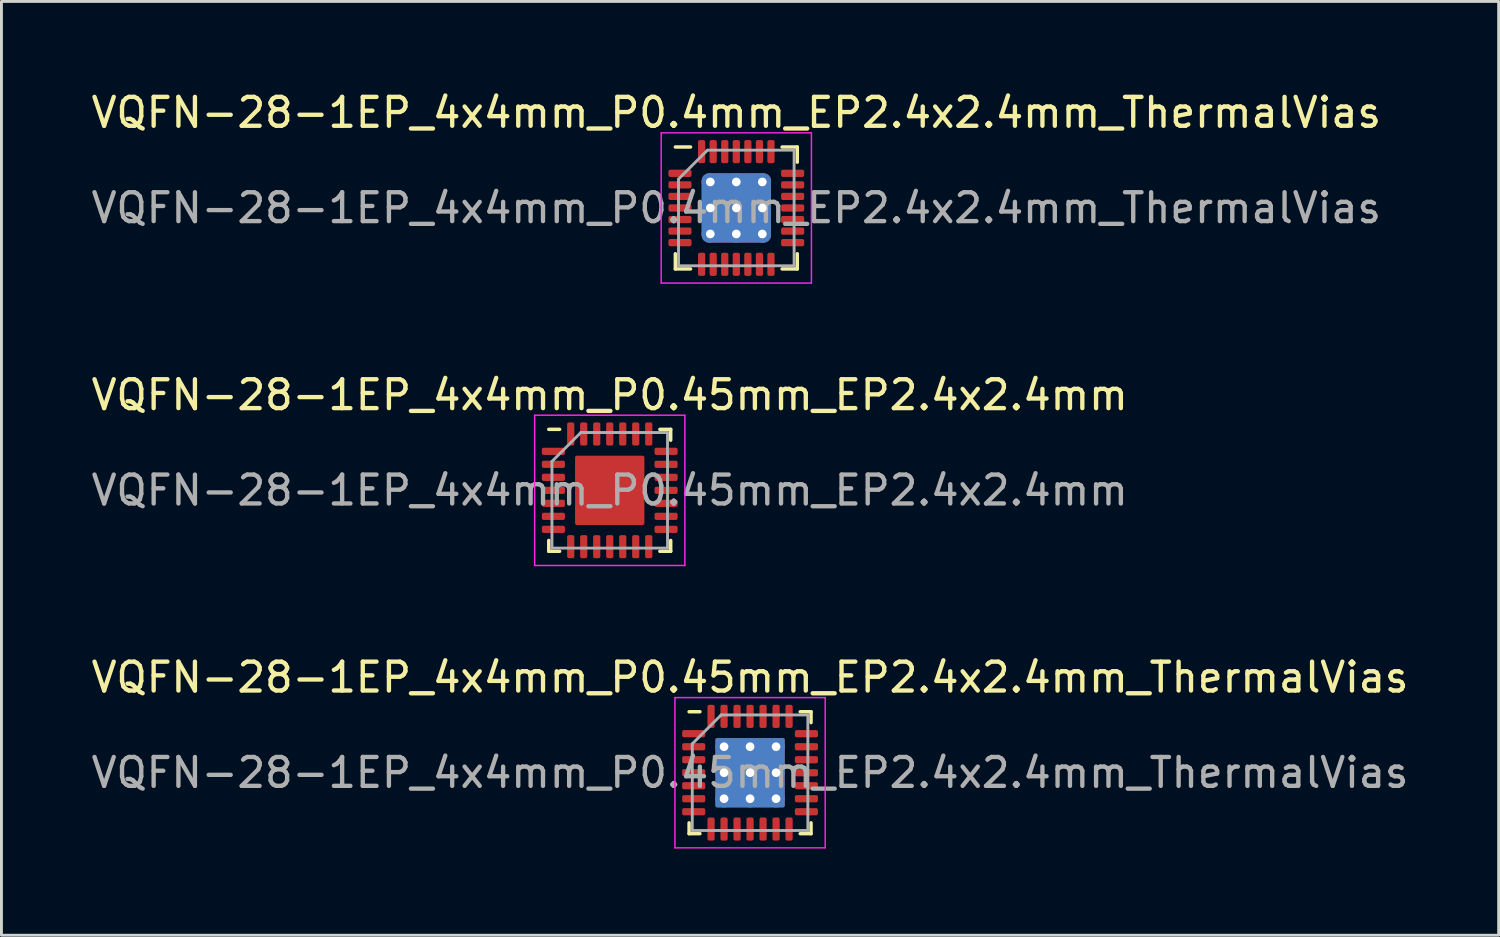
<source format=kicad_pcb>
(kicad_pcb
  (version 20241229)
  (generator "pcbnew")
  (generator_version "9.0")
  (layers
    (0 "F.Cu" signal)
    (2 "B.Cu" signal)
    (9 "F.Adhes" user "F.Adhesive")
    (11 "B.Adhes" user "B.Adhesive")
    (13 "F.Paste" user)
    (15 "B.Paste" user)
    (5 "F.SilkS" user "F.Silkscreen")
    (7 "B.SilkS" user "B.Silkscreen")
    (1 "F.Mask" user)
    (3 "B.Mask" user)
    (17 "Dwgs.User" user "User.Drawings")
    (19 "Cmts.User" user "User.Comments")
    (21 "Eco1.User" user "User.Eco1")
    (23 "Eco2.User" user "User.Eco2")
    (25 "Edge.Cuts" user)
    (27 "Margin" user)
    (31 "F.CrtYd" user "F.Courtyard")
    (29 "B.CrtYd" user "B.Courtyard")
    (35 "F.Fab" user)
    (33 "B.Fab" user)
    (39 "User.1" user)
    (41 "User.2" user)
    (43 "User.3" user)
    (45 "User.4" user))
  (footprint "VQFN-28-1EP_4x4mm_P0.45mm_EP2.4x2.4mm"
    (layer "F.Cu")
    (at 18.054 13.921)
    (property "Reference" "VQFN-28-1EP_4x4mm_P0.45mm_EP2.4x2.4mm" (at 0 -3.3 0) (layer "F.SilkS") (effects (font (size 1 1) (thickness 0.15))))
    (attr smd)
    (fp_line (start -2.11 2.11) (end -2.11 1.735) (stroke (width 0.12) (type solid)) (layer "F.SilkS"))
    (fp_line (start -1.735 -2.11) (end -2.11 -2.11) (stroke (width 0.12) (type solid)) (layer "F.SilkS"))
    (fp_line (start -1.735 2.11) (end -2.11 2.11) (stroke (width 0.12) (type solid)) (layer "F.SilkS"))
    (fp_line (start 1.735 -2.11) (end 2.11 -2.11) (stroke (width 0.12) (type solid)) (layer "F.SilkS"))
    (fp_line (start 1.735 2.11) (end 2.11 2.11) (stroke (width 0.12) (type solid)) (layer "F.SilkS"))
    (fp_line (start 2.11 -2.11) (end 2.11 -1.735) (stroke (width 0.12) (type solid)) (layer "F.SilkS"))
    (fp_line (start 2.11 2.11) (end 2.11 1.735) (stroke (width 0.12) (type solid)) (layer "F.SilkS"))
    (fp_line (start -2.6 -2.6) (end -2.6 2.6) (stroke (width 0.05) (type solid)) (layer "F.CrtYd"))
    (fp_line (start -2.6 2.6) (end 2.6 2.6) (stroke (width 0.05) (type solid)) (layer "F.CrtYd"))
    (fp_line (start 2.6 -2.6) (end -2.6 -2.6) (stroke (width 0.05) (type solid)) (layer "F.CrtYd"))
    (fp_line (start 2.6 2.6) (end 2.6 -2.6) (stroke (width 0.05) (type solid)) (layer "F.CrtYd"))
    (fp_line (start -2 -1) (end -1 -2) (stroke (width 0.1) (type solid)) (layer "F.Fab"))
    (fp_line (start -2 2) (end -2 -1) (stroke (width 0.1) (type solid)) (layer "F.Fab"))
    (fp_line (start -1 -2) (end 2 -2) (stroke (width 0.1) (type solid)) (layer "F.Fab"))
    (fp_line (start 2 -2) (end 2 2) (stroke (width 0.1) (type solid)) (layer "F.Fab"))
    (fp_line (start 2 2) (end -2 2) (stroke (width 0.1) (type solid)) (layer "F.Fab"))
    (fp_text user "${REFERENCE}" (at 0 0 0) (layer "F.Fab") (effects (font (size 1 1) (thickness 0.15))))
    (pad "" smd roundrect (at -0.6 -0.6) (size 0.97 0.97) (layers "F.Paste") (roundrect_rratio 0.25))
    (pad "" smd roundrect (at -0.6 0.6) (size 0.97 0.97) (layers "F.Paste") (roundrect_rratio 0.25))
    (pad "" smd roundrect (at 0.6 -0.6) (size 0.97 0.97) (layers "F.Paste") (roundrect_rratio 0.25))
    (pad "" smd roundrect (at 0.6 0.6) (size 0.97 0.97) (layers "F.Paste") (roundrect_rratio 0.25))
    (pad "1" smd roundrect (at -1.95 -1.35) (size 0.8 0.25) (layers "F.Cu" "F.Mask" "F.Paste") (roundrect_rratio 0.25))
    (pad "2" smd roundrect (at -1.95 -0.9) (size 0.8 0.25) (layers "F.Cu" "F.Mask" "F.Paste") (roundrect_rratio 0.25))
    (pad "3" smd roundrect (at -1.95 -0.45) (size 0.8 0.25) (layers "F.Cu" "F.Mask" "F.Paste") (roundrect_rratio 0.25))
    (pad "4" smd roundrect (at -1.95 0) (size 0.8 0.25) (layers "F.Cu" "F.Mask" "F.Paste") (roundrect_rratio 0.25))
    (pad "5" smd roundrect (at -1.95 0.45) (size 0.8 0.25) (layers "F.Cu" "F.Mask" "F.Paste") (roundrect_rratio 0.25))
    (pad "6" smd roundrect (at -1.95 0.9) (size 0.8 0.25) (layers "F.Cu" "F.Mask" "F.Paste") (roundrect_rratio 0.25))
    (pad "7" smd roundrect (at -1.95 1.35) (size 0.8 0.25) (layers "F.Cu" "F.Mask" "F.Paste") (roundrect_rratio 0.25))
    (pad "8" smd roundrect (at -1.35 1.95) (size 0.25 0.8) (layers "F.Cu" "F.Mask" "F.Paste") (roundrect_rratio 0.25))
    (pad "9" smd roundrect (at -0.9 1.95) (size 0.25 0.8) (layers "F.Cu" "F.Mask" "F.Paste") (roundrect_rratio 0.25))
    (pad "10" smd roundrect (at -0.45 1.95) (size 0.25 0.8) (layers "F.Cu" "F.Mask" "F.Paste") (roundrect_rratio 0.25))
    (pad "11" smd roundrect (at 0 1.95) (size 0.25 0.8) (layers "F.Cu" "F.Mask" "F.Paste") (roundrect_rratio 0.25))
    (pad "12" smd roundrect (at 0.45 1.95) (size 0.25 0.8) (layers "F.Cu" "F.Mask" "F.Paste") (roundrect_rratio 0.25))
    (pad "13" smd roundrect (at 0.9 1.95) (size 0.25 0.8) (layers "F.Cu" "F.Mask" "F.Paste") (roundrect_rratio 0.25))
    (pad "14" smd roundrect (at 1.35 1.95) (size 0.25 0.8) (layers "F.Cu" "F.Mask" "F.Paste") (roundrect_rratio 0.25))
    (pad "15" smd roundrect (at 1.95 1.35) (size 0.8 0.25) (layers "F.Cu" "F.Mask" "F.Paste") (roundrect_rratio 0.25))
    (pad "16" smd roundrect (at 1.95 0.9) (size 0.8 0.25) (layers "F.Cu" "F.Mask" "F.Paste") (roundrect_rratio 0.25))
    (pad "17" smd roundrect (at 1.95 0.45) (size 0.8 0.25) (layers "F.Cu" "F.Mask" "F.Paste") (roundrect_rratio 0.25))
    (pad "18" smd roundrect (at 1.95 0) (size 0.8 0.25) (layers "F.Cu" "F.Mask" "F.Paste") (roundrect_rratio 0.25))
    (pad "19" smd roundrect (at 1.95 -0.45) (size 0.8 0.25) (layers "F.Cu" "F.Mask" "F.Paste") (roundrect_rratio 0.25))
    (pad "20" smd roundrect (at 1.95 -0.9) (size 0.8 0.25) (layers "F.Cu" "F.Mask" "F.Paste") (roundrect_rratio 0.25))
    (pad "21" smd roundrect (at 1.95 -1.35) (size 0.8 0.25) (layers "F.Cu" "F.Mask" "F.Paste") (roundrect_rratio 0.25))
    (pad "22" smd roundrect (at 1.35 -1.95) (size 0.25 0.8) (layers "F.Cu" "F.Mask" "F.Paste") (roundrect_rratio 0.25))
    (pad "23" smd roundrect (at 0.9 -1.95) (size 0.25 0.8) (layers "F.Cu" "F.Mask" "F.Paste") (roundrect_rratio 0.25))
    (pad "24" smd roundrect (at 0.45 -1.95) (size 0.25 0.8) (layers "F.Cu" "F.Mask" "F.Paste") (roundrect_rratio 0.25))
    (pad "25" smd roundrect (at 0 -1.95) (size 0.25 0.8) (layers "F.Cu" "F.Mask" "F.Paste") (roundrect_rratio 0.25))
    (pad "26" smd roundrect (at -0.45 -1.95) (size 0.25 0.8) (layers "F.Cu" "F.Mask" "F.Paste") (roundrect_rratio 0.25))
    (pad "27" smd roundrect (at -0.9 -1.95) (size 0.25 0.8) (layers "F.Cu" "F.Mask" "F.Paste") (roundrect_rratio 0.25))
    (pad "28" smd roundrect (at -1.35 -1.95) (size 0.25 0.8) (layers "F.Cu" "F.Mask" "F.Paste") (roundrect_rratio 0.25))
    (pad "29" smd roundrect (at 0 0) (size 2.4 2.4) (layers "F.Cu" "F.Mask") (roundrect_rratio 0.026)))
  (footprint "VQFN-28-1EP_4x4mm_P0.45mm_EP2.4x2.4mm_ThermalVias"
    (layer "F.Cu")
    (at 22.911 23.695)
    (property "Reference" "VQFN-28-1EP_4x4mm_P0.45mm_EP2.4x2.4mm_ThermalVias" (at 0 -3.3 0) (layer "F.SilkS") (effects (font (size 1 1) (thickness 0.15))))
    (attr smd)
    (fp_line (start -2.11 2.11) (end -2.11 1.735) (stroke (width 0.12) (type solid)) (layer "F.SilkS"))
    (fp_line (start -1.735 -2.11) (end -2.11 -2.11) (stroke (width 0.12) (type solid)) (layer "F.SilkS"))
    (fp_line (start -1.735 2.11) (end -2.11 2.11) (stroke (width 0.12) (type solid)) (layer "F.SilkS"))
    (fp_line (start 1.735 -2.11) (end 2.11 -2.11) (stroke (width 0.12) (type solid)) (layer "F.SilkS"))
    (fp_line (start 1.735 2.11) (end 2.11 2.11) (stroke (width 0.12) (type solid)) (layer "F.SilkS"))
    (fp_line (start 2.11 -2.11) (end 2.11 -1.735) (stroke (width 0.12) (type solid)) (layer "F.SilkS"))
    (fp_line (start 2.11 2.11) (end 2.11 1.735) (stroke (width 0.12) (type solid)) (layer "F.SilkS"))
    (fp_line (start -2.6 -2.6) (end -2.6 2.6) (stroke (width 0.05) (type solid)) (layer "F.CrtYd"))
    (fp_line (start -2.6 2.6) (end 2.6 2.6) (stroke (width 0.05) (type solid)) (layer "F.CrtYd"))
    (fp_line (start 2.6 -2.6) (end -2.6 -2.6) (stroke (width 0.05) (type solid)) (layer "F.CrtYd"))
    (fp_line (start 2.6 2.6) (end 2.6 -2.6) (stroke (width 0.05) (type solid)) (layer "F.CrtYd"))
    (fp_line (start -2 -1) (end -1 -2) (stroke (width 0.1) (type solid)) (layer "F.Fab"))
    (fp_line (start -2 2) (end -2 -1) (stroke (width 0.1) (type solid)) (layer "F.Fab"))
    (fp_line (start -1 -2) (end 2 -2) (stroke (width 0.1) (type solid)) (layer "F.Fab"))
    (fp_line (start 2 -2) (end 2 2) (stroke (width 0.1) (type solid)) (layer "F.Fab"))
    (fp_line (start 2 2) (end -2 2) (stroke (width 0.1) (type solid)) (layer "F.Fab"))
    (fp_text user "${REFERENCE}" (at 0 0 0) (layer "F.Fab") (effects (font (size 1 1) (thickness 0.15))))
    (pad "" smd roundrect (at -0.6 -0.6) (size 1 1) (layers "F.Paste") (roundrect_rratio 0.25))
    (pad "" smd roundrect (at -0.6 0.6) (size 1 1) (layers "F.Paste") (roundrect_rratio 0.25))
    (pad "" smd roundrect (at 0.6 -0.6) (size 1 1) (layers "F.Paste") (roundrect_rratio 0.25))
    (pad "" smd roundrect (at 0.6 0.6) (size 1 1) (layers "F.Paste") (roundrect_rratio 0.25))
    (pad "1" smd roundrect (at -1.95 -1.35) (size 0.8 0.25) (layers "F.Cu" "F.Mask" "F.Paste") (roundrect_rratio 0.25))
    (pad "2" smd roundrect (at -1.95 -0.9) (size 0.8 0.25) (layers "F.Cu" "F.Mask" "F.Paste") (roundrect_rratio 0.25))
    (pad "3" smd roundrect (at -1.95 -0.45) (size 0.8 0.25) (layers "F.Cu" "F.Mask" "F.Paste") (roundrect_rratio 0.25))
    (pad "4" smd roundrect (at -1.95 0) (size 0.8 0.25) (layers "F.Cu" "F.Mask" "F.Paste") (roundrect_rratio 0.25))
    (pad "5" smd roundrect (at -1.95 0.45) (size 0.8 0.25) (layers "F.Cu" "F.Mask" "F.Paste") (roundrect_rratio 0.25))
    (pad "6" smd roundrect (at -1.95 0.9) (size 0.8 0.25) (layers "F.Cu" "F.Mask" "F.Paste") (roundrect_rratio 0.25))
    (pad "7" smd roundrect (at -1.95 1.35) (size 0.8 0.25) (layers "F.Cu" "F.Mask" "F.Paste") (roundrect_rratio 0.25))
    (pad "8" smd roundrect (at -1.35 1.95) (size 0.25 0.8) (layers "F.Cu" "F.Mask" "F.Paste") (roundrect_rratio 0.25))
    (pad "9" smd roundrect (at -0.9 1.95) (size 0.25 0.8) (layers "F.Cu" "F.Mask" "F.Paste") (roundrect_rratio 0.25))
    (pad "10" smd roundrect (at -0.45 1.95) (size 0.25 0.8) (layers "F.Cu" "F.Mask" "F.Paste") (roundrect_rratio 0.25))
    (pad "11" smd roundrect (at 0 1.95) (size 0.25 0.8) (layers "F.Cu" "F.Mask" "F.Paste") (roundrect_rratio 0.25))
    (pad "12" smd roundrect (at 0.45 1.95) (size 0.25 0.8) (layers "F.Cu" "F.Mask" "F.Paste") (roundrect_rratio 0.25))
    (pad "13" smd roundrect (at 0.9 1.95) (size 0.25 0.8) (layers "F.Cu" "F.Mask" "F.Paste") (roundrect_rratio 0.25))
    (pad "14" smd roundrect (at 1.35 1.95) (size 0.25 0.8) (layers "F.Cu" "F.Mask" "F.Paste") (roundrect_rratio 0.25))
    (pad "15" smd roundrect (at 1.95 1.35) (size 0.8 0.25) (layers "F.Cu" "F.Mask" "F.Paste") (roundrect_rratio 0.25))
    (pad "16" smd roundrect (at 1.95 0.9) (size 0.8 0.25) (layers "F.Cu" "F.Mask" "F.Paste") (roundrect_rratio 0.25))
    (pad "17" smd roundrect (at 1.95 0.45) (size 0.8 0.25) (layers "F.Cu" "F.Mask" "F.Paste") (roundrect_rratio 0.25))
    (pad "18" smd roundrect (at 1.95 0) (size 0.8 0.25) (layers "F.Cu" "F.Mask" "F.Paste") (roundrect_rratio 0.25))
    (pad "19" smd roundrect (at 1.95 -0.45) (size 0.8 0.25) (layers "F.Cu" "F.Mask" "F.Paste") (roundrect_rratio 0.25))
    (pad "20" smd roundrect (at 1.95 -0.9) (size 0.8 0.25) (layers "F.Cu" "F.Mask" "F.Paste") (roundrect_rratio 0.25))
    (pad "21" smd roundrect (at 1.95 -1.35) (size 0.8 0.25) (layers "F.Cu" "F.Mask" "F.Paste") (roundrect_rratio 0.25))
    (pad "22" smd roundrect (at 1.35 -1.95) (size 0.25 0.8) (layers "F.Cu" "F.Mask" "F.Paste") (roundrect_rratio 0.25))
    (pad "23" smd roundrect (at 0.9 -1.95) (size 0.25 0.8) (layers "F.Cu" "F.Mask" "F.Paste") (roundrect_rratio 0.25))
    (pad "24" smd roundrect (at 0.45 -1.95) (size 0.25 0.8) (layers "F.Cu" "F.Mask" "F.Paste") (roundrect_rratio 0.25))
    (pad "25" smd roundrect (at 0 -1.95) (size 0.25 0.8) (layers "F.Cu" "F.Mask" "F.Paste") (roundrect_rratio 0.25))
    (pad "26" smd roundrect (at -0.45 -1.95) (size 0.25 0.8) (layers "F.Cu" "F.Mask" "F.Paste") (roundrect_rratio 0.25))
    (pad "27" smd roundrect (at -0.9 -1.95) (size 0.25 0.8) (layers "F.Cu" "F.Mask" "F.Paste") (roundrect_rratio 0.25))
    (pad "28" smd roundrect (at -1.35 -1.95) (size 0.25 0.8) (layers "F.Cu" "F.Mask" "F.Paste") (roundrect_rratio 0.25))
    (pad "29" thru_hole circle (at -0.9 -0.9) (size 0.6 0.6) (drill 0.3) (layers "*.Cu"))
    (pad "29" thru_hole circle (at -0.9 0) (size 0.6 0.6) (drill 0.3) (layers "*.Cu"))
    (pad "29" thru_hole circle (at -0.9 0.9) (size 0.6 0.6) (drill 0.3) (layers "*.Cu"))
    (pad "29" thru_hole circle (at 0 -0.9) (size 0.6 0.6) (drill 0.3) (layers "*.Cu"))
    (pad "29" thru_hole circle (at 0 0) (size 0.6 0.6) (drill 0.3) (layers "*.Cu"))
    (pad "29" smd roundrect (at 0 0) (size 2.4 2.4) (layers "F.Cu" "F.Mask") (roundrect_rratio 0.026))
    (pad "29" smd roundrect (at 0 0) (size 2.4 2.4) (layers "B.Cu") (roundrect_rratio 0.026))
    (pad "29" thru_hole circle (at 0 0.9) (size 0.6 0.6) (drill 0.3) (layers "*.Cu"))
    (pad "29" thru_hole circle (at 0.9 -0.9) (size 0.6 0.6) (drill 0.3) (layers "*.Cu"))
    (pad "29" thru_hole circle (at 0.9 0) (size 0.6 0.6) (drill 0.3) (layers "*.Cu"))
    (pad "29" thru_hole circle (at 0.9 0.9) (size 0.6 0.6) (drill 0.3) (layers "*.Cu")))
  (footprint "VQFN-28-1EP_4x4mm_P0.4mm_EP2.4x2.4mm_ThermalVias"
    (layer "F.Cu")
    (at 22.435 4.148)
    (property "Reference" "VQFN-28-1EP_4x4mm_P0.4mm_EP2.4x2.4mm_ThermalVias" (at 0 -3.3 0) (layer "F.SilkS") (effects (font (size 1 1) (thickness 0.15))))
    (attr smd)
    (fp_line (start -2.11 2.11) (end -2.11 1.585) (stroke (width 0.12) (type solid)) (layer "F.SilkS"))
    (fp_line (start -1.585 -2.11) (end -2.11 -2.11) (stroke (width 0.12) (type solid)) (layer "F.SilkS"))
    (fp_line (start -1.585 2.11) (end -2.11 2.11) (stroke (width 0.12) (type solid)) (layer "F.SilkS"))
    (fp_line (start 1.585 -2.11) (end 2.11 -2.11) (stroke (width 0.12) (type solid)) (layer "F.SilkS"))
    (fp_line (start 1.585 2.11) (end 2.11 2.11) (stroke (width 0.12) (type solid)) (layer "F.SilkS"))
    (fp_line (start 2.11 -2.11) (end 2.11 -1.585) (stroke (width 0.12) (type solid)) (layer "F.SilkS"))
    (fp_line (start 2.11 2.11) (end 2.11 1.585) (stroke (width 0.12) (type solid)) (layer "F.SilkS"))
    (fp_line (start -2.6 -2.6) (end -2.6 2.6) (stroke (width 0.05) (type solid)) (layer "F.CrtYd"))
    (fp_line (start -2.6 2.6) (end 2.6 2.6) (stroke (width 0.05) (type solid)) (layer "F.CrtYd"))
    (fp_line (start 2.6 -2.6) (end -2.6 -2.6) (stroke (width 0.05) (type solid)) (layer "F.CrtYd"))
    (fp_line (start 2.6 2.6) (end 2.6 -2.6) (stroke (width 0.05) (type solid)) (layer "F.CrtYd"))
    (fp_line (start -2 -1) (end -1 -2) (stroke (width 0.1) (type solid)) (layer "F.Fab"))
    (fp_line (start -2 2) (end -2 -1) (stroke (width 0.1) (type solid)) (layer "F.Fab"))
    (fp_line (start -1 -2) (end 2 -2) (stroke (width 0.1) (type solid)) (layer "F.Fab"))
    (fp_line (start 2 -2) (end 2 2) (stroke (width 0.1) (type solid)) (layer "F.Fab"))
    (fp_line (start 2 2) (end -2 2) (stroke (width 0.1) (type solid)) (layer "F.Fab"))
    (fp_text user "${REFERENCE}" (at 0 0 0) (layer "F.Fab") (effects (font (size 1 1) (thickness 0.15))))
    (pad "" smd roundrect (at -0.6 -0.8) (size 0.97 0.64) (layers "F.Paste") (roundrect_rratio 0.25))
    (pad "" smd roundrect (at -0.6 0) (size 0.97 0.64) (layers "F.Paste") (roundrect_rratio 0.25))
    (pad "" smd roundrect (at -0.6 0.8) (size 0.97 0.64) (layers "F.Paste") (roundrect_rratio 0.25))
    (pad "" smd roundrect (at 0.6 -0.8) (size 0.97 0.64) (layers "F.Paste") (roundrect_rratio 0.25))
    (pad "" smd roundrect (at 0.6 0) (size 0.97 0.64) (layers "F.Paste") (roundrect_rratio 0.25))
    (pad "" smd roundrect (at 0.6 0.8) (size 0.97 0.64) (layers "F.Paste") (roundrect_rratio 0.25))
    (pad "1" smd roundrect (at -1.95 -1.2) (size 0.8 0.25) (layers "F.Cu" "F.Mask" "F.Paste") (roundrect_rratio 0.25))
    (pad "2" smd roundrect (at -1.95 -0.8) (size 0.8 0.25) (layers "F.Cu" "F.Mask" "F.Paste") (roundrect_rratio 0.25))
    (pad "3" smd roundrect (at -1.95 -0.4) (size 0.8 0.25) (layers "F.Cu" "F.Mask" "F.Paste") (roundrect_rratio 0.25))
    (pad "4" smd roundrect (at -1.95 0) (size 0.8 0.25) (layers "F.Cu" "F.Mask" "F.Paste") (roundrect_rratio 0.25))
    (pad "5" smd roundrect (at -1.95 0.4) (size 0.8 0.25) (layers "F.Cu" "F.Mask" "F.Paste") (roundrect_rratio 0.25))
    (pad "6" smd roundrect (at -1.95 0.8) (size 0.8 0.25) (layers "F.Cu" "F.Mask" "F.Paste") (roundrect_rratio 0.25))
    (pad "7" smd roundrect (at -1.95 1.2) (size 0.8 0.25) (layers "F.Cu" "F.Mask" "F.Paste") (roundrect_rratio 0.25))
    (pad "8" smd roundrect (at -1.2 1.95) (size 0.25 0.8) (layers "F.Cu" "F.Mask" "F.Paste") (roundrect_rratio 0.25))
    (pad "9" smd roundrect (at -0.8 1.95) (size 0.25 0.8) (layers "F.Cu" "F.Mask" "F.Paste") (roundrect_rratio 0.25))
    (pad "10" smd roundrect (at -0.4 1.95) (size 0.25 0.8) (layers "F.Cu" "F.Mask" "F.Paste") (roundrect_rratio 0.25))
    (pad "11" smd roundrect (at 0 1.95) (size 0.25 0.8) (layers "F.Cu" "F.Mask" "F.Paste") (roundrect_rratio 0.25))
    (pad "12" smd roundrect (at 0.4 1.95) (size 0.25 0.8) (layers "F.Cu" "F.Mask" "F.Paste") (roundrect_rratio 0.25))
    (pad "13" smd roundrect (at 0.8 1.95) (size 0.25 0.8) (layers "F.Cu" "F.Mask" "F.Paste") (roundrect_rratio 0.25))
    (pad "14" smd roundrect (at 1.2 1.95) (size 0.25 0.8) (layers "F.Cu" "F.Mask" "F.Paste") (roundrect_rratio 0.25))
    (pad "15" smd roundrect (at 1.95 1.2) (size 0.8 0.25) (layers "F.Cu" "F.Mask" "F.Paste") (roundrect_rratio 0.25))
    (pad "16" smd roundrect (at 1.95 0.8) (size 0.8 0.25) (layers "F.Cu" "F.Mask" "F.Paste") (roundrect_rratio 0.25))
    (pad "17" smd roundrect (at 1.95 0.4) (size 0.8 0.25) (layers "F.Cu" "F.Mask" "F.Paste") (roundrect_rratio 0.25))
    (pad "18" smd roundrect (at 1.95 0) (size 0.8 0.25) (layers "F.Cu" "F.Mask" "F.Paste") (roundrect_rratio 0.25))
    (pad "19" smd roundrect (at 1.95 -0.4) (size 0.8 0.25) (layers "F.Cu" "F.Mask" "F.Paste") (roundrect_rratio 0.25))
    (pad "20" smd roundrect (at 1.95 -0.8) (size 0.8 0.25) (layers "F.Cu" "F.Mask" "F.Paste") (roundrect_rratio 0.25))
    (pad "21" smd roundrect (at 1.95 -1.2) (size 0.8 0.25) (layers "F.Cu" "F.Mask" "F.Paste") (roundrect_rratio 0.25))
    (pad "22" smd roundrect (at 1.2 -1.95) (size 0.25 0.8) (layers "F.Cu" "F.Mask" "F.Paste") (roundrect_rratio 0.25))
    (pad "23" smd roundrect (at 0.8 -1.95) (size 0.25 0.8) (layers "F.Cu" "F.Mask" "F.Paste") (roundrect_rratio 0.25))
    (pad "24" smd roundrect (at 0.4 -1.95) (size 0.25 0.8) (layers "F.Cu" "F.Mask" "F.Paste") (roundrect_rratio 0.25))
    (pad "25" smd roundrect (at 0 -1.95) (size 0.25 0.8) (layers "F.Cu" "F.Mask" "F.Paste") (roundrect_rratio 0.25))
    (pad "26" smd roundrect (at -0.4 -1.95) (size 0.25 0.8) (layers "F.Cu" "F.Mask" "F.Paste") (roundrect_rratio 0.25))
    (pad "27" smd roundrect (at -0.8 -1.95) (size 0.25 0.8) (layers "F.Cu" "F.Mask" "F.Paste") (roundrect_rratio 0.25))
    (pad "28" smd roundrect (at -1.2 -1.95) (size 0.25 0.8) (layers "F.Cu" "F.Mask" "F.Paste") (roundrect_rratio 0.25))
    (pad "29" thru_hole circle (at -0.9 -0.9) (size 0.6 0.6) (drill 0.3) (layers "*.Cu"))
    (pad "29" thru_hole circle (at -0.9 0) (size 0.6 0.6) (drill 0.3) (layers "*.Cu"))
    (pad "29" thru_hole circle (at -0.9 0.9) (size 0.6 0.6) (drill 0.3) (layers "*.Cu"))
    (pad "29" thru_hole circle (at 0 -0.9) (size 0.6 0.6) (drill 0.3) (layers "*.Cu"))
    (pad "29" thru_hole circle (at 0 0) (size 0.6 0.6) (drill 0.3) (layers "*.Cu"))
    (pad "29" smd roundrect (at 0 0) (size 2.4 2.4) (layers "F.Cu" "F.Mask") (roundrect_rratio 0.104))
    (pad "29" smd roundrect (at 0 0) (size 2.4 2.4) (layers "B.Cu") (roundrect_rratio 0.104))
    (pad "29" thru_hole circle (at 0 0.9) (size 0.6 0.6) (drill 0.3) (layers "*.Cu"))
    (pad "29" thru_hole circle (at 0.9 -0.9) (size 0.6 0.6) (drill 0.3) (layers "*.Cu"))
    (pad "29" thru_hole circle (at 0.9 0) (size 0.6 0.6) (drill 0.3) (layers "*.Cu"))
    (pad "29" thru_hole circle (at 0.9 0.9) (size 0.6 0.6) (drill 0.3) (layers "*.Cu")))
  (gr_rect
    (start -3 -3)
    (end 48.821 29.32)
    (stroke (width 0.1) (type default))
    (fill no)
    (layer "Edge.Cuts")))
</source>
